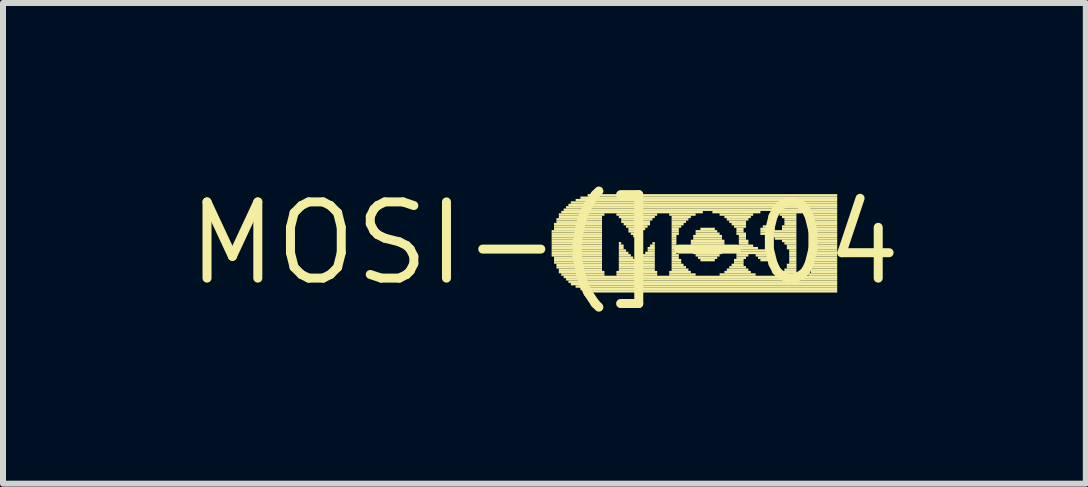
<source format=kicad_pcb>
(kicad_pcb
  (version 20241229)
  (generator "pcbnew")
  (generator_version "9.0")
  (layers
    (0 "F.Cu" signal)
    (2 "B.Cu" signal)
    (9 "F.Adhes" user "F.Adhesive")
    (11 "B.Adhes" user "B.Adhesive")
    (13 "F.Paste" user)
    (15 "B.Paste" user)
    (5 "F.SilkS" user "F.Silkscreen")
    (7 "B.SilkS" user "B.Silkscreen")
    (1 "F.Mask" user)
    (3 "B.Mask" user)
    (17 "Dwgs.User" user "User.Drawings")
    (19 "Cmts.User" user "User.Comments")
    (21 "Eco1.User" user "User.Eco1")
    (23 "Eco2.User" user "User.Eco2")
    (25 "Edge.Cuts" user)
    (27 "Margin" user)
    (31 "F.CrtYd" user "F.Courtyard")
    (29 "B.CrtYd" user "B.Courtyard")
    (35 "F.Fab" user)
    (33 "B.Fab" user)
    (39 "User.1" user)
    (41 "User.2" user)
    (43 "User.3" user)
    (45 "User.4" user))
  (footprint "MOSI-(]-04"
    (layer "F.Cu")
    (at 6.025 1.006)
    (property "Reference" "MOSI-(]-04" (at 0 0 0) (layer "F.SilkS") (effects (font (size 1.27 1.27) (thickness 0.15))))
    (fp_poly (pts (xy 0.12 -0.18) (xy 0.96 -0.18) (xy 0.96 -0.22) (xy 0.12 -0.22)) (stroke (width 0) (type default)) (fill yes) (layer "F.SilkS"))
    (fp_poly (pts (xy 0.12 -0.14) (xy 0.96 -0.14) (xy 0.96 -0.18) (xy 0.12 -0.18)) (stroke (width 0) (type default)) (fill yes) (layer "F.SilkS"))
    (fp_poly (pts (xy 0.12 -0.1) (xy 0.96 -0.1) (xy 0.96 -0.14) (xy 0.12 -0.14)) (stroke (width 0) (type default)) (fill yes) (layer "F.SilkS"))
    (fp_poly (pts (xy 0.12 -0.06) (xy 0.96 -0.06) (xy 0.96 -0.1) (xy 0.12 -0.1)) (stroke (width 0) (type default)) (fill yes) (layer "F.SilkS"))
    (fp_poly (pts (xy 0.12 -0.02) (xy 0.96 -0.02) (xy 0.96 -0.06) (xy 0.12 -0.06)) (stroke (width 0) (type default)) (fill yes) (layer "F.SilkS"))
    (fp_poly (pts (xy 0.12 0.02) (xy 0.96 0.02) (xy 0.96 -0.02) (xy 0.12 -0.02)) (stroke (width 0) (type default)) (fill yes) (layer "F.SilkS"))
    (fp_poly (pts (xy 0.12 0.06) (xy 0.96 0.06) (xy 0.96 0.02) (xy 0.12 0.02)) (stroke (width 0) (type default)) (fill yes) (layer "F.SilkS"))
    (fp_poly (pts (xy 0.12 0.1) (xy 0.96 0.1) (xy 0.96 0.06) (xy 0.12 0.06)) (stroke (width 0) (type default)) (fill yes) (layer "F.SilkS"))
    (fp_poly (pts (xy 0.12 0.14) (xy 0.96 0.14) (xy 0.96 0.1) (xy 0.12 0.1)) (stroke (width 0) (type default)) (fill yes) (layer "F.SilkS"))
    (fp_poly (pts (xy 0.12 0.18) (xy 0.96 0.18) (xy 0.96 0.14) (xy 0.12 0.14)) (stroke (width 0) (type default)) (fill yes) (layer "F.SilkS"))
    (fp_poly (pts (xy 0.12 0.22) (xy 0.96 0.22) (xy 0.96 0.18) (xy 0.12 0.18)) (stroke (width 0) (type default)) (fill yes) (layer "F.SilkS"))
    (fp_poly (pts (xy 0.16 -0.3) (xy 0.96 -0.3) (xy 0.96 -0.34) (xy 0.16 -0.34)) (stroke (width 0) (type default)) (fill yes) (layer "F.SilkS"))
    (fp_poly (pts (xy 0.16 -0.26) (xy 0.96 -0.26) (xy 0.96 -0.3) (xy 0.16 -0.3)) (stroke (width 0) (type default)) (fill yes) (layer "F.SilkS"))
    (fp_poly (pts (xy 0.16 -0.22) (xy 0.96 -0.22) (xy 0.96 -0.26) (xy 0.16 -0.26)) (stroke (width 0) (type default)) (fill yes) (layer "F.SilkS"))
    (fp_poly (pts (xy 0.16 0.26) (xy 0.96 0.26) (xy 0.96 0.22) (xy 0.16 0.22)) (stroke (width 0) (type default)) (fill yes) (layer "F.SilkS"))
    (fp_poly (pts (xy 0.16 0.3) (xy 0.96 0.3) (xy 0.96 0.26) (xy 0.16 0.26)) (stroke (width 0) (type default)) (fill yes) (layer "F.SilkS"))
    (fp_poly (pts (xy 0.16 0.34) (xy 0.96 0.34) (xy 0.96 0.3) (xy 0.16 0.3)) (stroke (width 0) (type default)) (fill yes) (layer "F.SilkS"))
    (fp_poly (pts (xy 0.2 -0.38) (xy 0.96 -0.38) (xy 0.96 -0.42) (xy 0.2 -0.42)) (stroke (width 0) (type default)) (fill yes) (layer "F.SilkS"))
    (fp_poly (pts (xy 0.2 -0.34) (xy 0.96 -0.34) (xy 0.96 -0.38) (xy 0.2 -0.38)) (stroke (width 0) (type default)) (fill yes) (layer "F.SilkS"))
    (fp_poly (pts (xy 0.2 0.38) (xy 0.96 0.38) (xy 0.96 0.34) (xy 0.2 0.34)) (stroke (width 0) (type default)) (fill yes) (layer "F.SilkS"))
    (fp_poly (pts (xy 0.2 0.42) (xy 0.96 0.42) (xy 0.96 0.38) (xy 0.2 0.38)) (stroke (width 0) (type default)) (fill yes) (layer "F.SilkS"))
    (fp_poly (pts (xy 0.24 -0.46) (xy 1 -0.46) (xy 1 -0.5) (xy 0.24 -0.5)) (stroke (width 0) (type default)) (fill yes) (layer "F.SilkS"))
    (fp_poly (pts (xy 0.24 -0.42) (xy 0.96 -0.42) (xy 0.96 -0.46) (xy 0.24 -0.46)) (stroke (width 0) (type default)) (fill yes) (layer "F.SilkS"))
    (fp_poly (pts (xy 0.24 0.46) (xy 0.96 0.46) (xy 0.96 0.42) (xy 0.24 0.42)) (stroke (width 0) (type default)) (fill yes) (layer "F.SilkS"))
    (fp_poly (pts (xy 0.24 0.5) (xy 1 0.5) (xy 1 0.46) (xy 0.24 0.46)) (stroke (width 0) (type default)) (fill yes) (layer "F.SilkS"))
    (fp_poly (pts (xy 0.28 -0.5) (xy 2.64 -0.5) (xy 2.64 -0.54) (xy 0.28 -0.54)) (stroke (width 0) (type default)) (fill yes) (layer "F.SilkS"))
    (fp_poly (pts (xy 0.28 0.54) (xy 1 0.54) (xy 1 0.5) (xy 0.28 0.5)) (stroke (width 0) (type default)) (fill yes) (layer "F.SilkS"))
    (fp_poly (pts (xy 0.32 -0.54) (xy 4.88 -0.54) (xy 4.88 -0.58) (xy 0.32 -0.58)) (stroke (width 0) (type default)) (fill yes) (layer "F.SilkS"))
    (fp_poly (pts (xy 0.32 0.58) (xy 4.88 0.58) (xy 4.88 0.54) (xy 0.32 0.54)) (stroke (width 0) (type default)) (fill yes) (layer "F.SilkS"))
    (fp_poly (pts (xy 0.36 -0.58) (xy 4.88 -0.58) (xy 4.88 -0.62) (xy 0.36 -0.62)) (stroke (width 0) (type default)) (fill yes) (layer "F.SilkS"))
    (fp_poly (pts (xy 0.36 0.62) (xy 4.88 0.62) (xy 4.88 0.58) (xy 0.36 0.58)) (stroke (width 0) (type default)) (fill yes) (layer "F.SilkS"))
    (fp_poly (pts (xy 0.4 -0.62) (xy 4.88 -0.62) (xy 4.88 -0.66) (xy 0.4 -0.66)) (stroke (width 0) (type default)) (fill yes) (layer "F.SilkS"))
    (fp_poly (pts (xy 0.4 0.66) (xy 4.88 0.66) (xy 4.88 0.62) (xy 0.4 0.62)) (stroke (width 0) (type default)) (fill yes) (layer "F.SilkS"))
    (fp_poly (pts (xy 0.44 -0.66) (xy 4.88 -0.66) (xy 4.88 -0.7) (xy 0.44 -0.7)) (stroke (width 0) (type default)) (fill yes) (layer "F.SilkS"))
    (fp_poly (pts (xy 0.44 0.7) (xy 4.88 0.7) (xy 4.88 0.66) (xy 0.44 0.66)) (stroke (width 0) (type default)) (fill yes) (layer "F.SilkS"))
    (fp_poly (pts (xy 0.52 -0.7) (xy 4.88 -0.7) (xy 4.88 -0.74) (xy 0.52 -0.74)) (stroke (width 0) (type default)) (fill yes) (layer "F.SilkS"))
    (fp_poly (pts (xy 0.52 0.74) (xy 4.88 0.74) (xy 4.88 0.7) (xy 0.52 0.7)) (stroke (width 0) (type default)) (fill yes) (layer "F.SilkS"))
    (fp_poly (pts (xy 0.6 -0.74) (xy 4.88 -0.74) (xy 4.88 -0.78) (xy 0.6 -0.78)) (stroke (width 0) (type default)) (fill yes) (layer "F.SilkS"))
    (fp_poly (pts (xy 0.6 0.78) (xy 4.88 0.78) (xy 4.88 0.74) (xy 0.6 0.74)) (stroke (width 0) (type default)) (fill yes) (layer "F.SilkS"))
    (fp_poly (pts (xy 0.72 -0.78) (xy 4.88 -0.78) (xy 4.88 -0.82) (xy 0.72 -0.82)) (stroke (width 0) (type default)) (fill yes) (layer "F.SilkS"))
    (fp_poly (pts (xy 0.72 0.82) (xy 4.88 0.82) (xy 4.88 0.78) (xy 0.72 0.78)) (stroke (width 0) (type default)) (fill yes) (layer "F.SilkS"))
    (fp_poly (pts (xy 1.2 -0.46) (xy 1.88 -0.46) (xy 1.88 -0.5) (xy 1.2 -0.5)) (stroke (width 0) (type default)) (fill yes) (layer "F.SilkS"))
    (fp_poly (pts (xy 1.2 0.5) (xy 1.88 0.5) (xy 1.88 0.46) (xy 1.2 0.46)) (stroke (width 0) (type default)) (fill yes) (layer "F.SilkS"))
    (fp_poly (pts (xy 1.2 0.54) (xy 1.88 0.54) (xy 1.88 0.5) (xy 1.2 0.5)) (stroke (width 0) (type default)) (fill yes) (layer "F.SilkS"))
    (fp_poly (pts (xy 1.24 -0.42) (xy 1.84 -0.42) (xy 1.84 -0.46) (xy 1.24 -0.46)) (stroke (width 0) (type default)) (fill yes) (layer "F.SilkS"))
    (fp_poly (pts (xy 1.24 0.02) (xy 1.28 0.02) (xy 1.28 -0.02) (xy 1.24 -0.02)) (stroke (width 0) (type default)) (fill yes) (layer "F.SilkS"))
    (fp_poly (pts (xy 1.24 0.06) (xy 1.32 0.06) (xy 1.32 0.02) (xy 1.24 0.02)) (stroke (width 0) (type default)) (fill yes) (layer "F.SilkS"))
    (fp_poly (pts (xy 1.24 0.1) (xy 1.32 0.1) (xy 1.32 0.06) (xy 1.24 0.06)) (stroke (width 0) (type default)) (fill yes) (layer "F.SilkS"))
    (fp_poly (pts (xy 1.24 0.14) (xy 1.36 0.14) (xy 1.36 0.1) (xy 1.24 0.1)) (stroke (width 0) (type default)) (fill yes) (layer "F.SilkS"))
    (fp_poly (pts (xy 1.24 0.18) (xy 1.4 0.18) (xy 1.4 0.14) (xy 1.24 0.14)) (stroke (width 0) (type default)) (fill yes) (layer "F.SilkS"))
    (fp_poly (pts (xy 1.24 0.22) (xy 1.44 0.22) (xy 1.44 0.18) (xy 1.24 0.18)) (stroke (width 0) (type default)) (fill yes) (layer "F.SilkS"))
    (fp_poly (pts (xy 1.24 0.26) (xy 1.48 0.26) (xy 1.48 0.22) (xy 1.24 0.22)) (stroke (width 0) (type default)) (fill yes) (layer "F.SilkS"))
    (fp_poly (pts (xy 1.24 0.3) (xy 1.84 0.3) (xy 1.84 0.26) (xy 1.24 0.26)) (stroke (width 0) (type default)) (fill yes) (layer "F.SilkS"))
    (fp_poly (pts (xy 1.24 0.34) (xy 1.84 0.34) (xy 1.84 0.3) (xy 1.24 0.3)) (stroke (width 0) (type default)) (fill yes) (layer "F.SilkS"))
    (fp_poly (pts (xy 1.24 0.38) (xy 1.84 0.38) (xy 1.84 0.34) (xy 1.24 0.34)) (stroke (width 0) (type default)) (fill yes) (layer "F.SilkS"))
    (fp_poly (pts (xy 1.24 0.42) (xy 1.84 0.42) (xy 1.84 0.38) (xy 1.24 0.38)) (stroke (width 0) (type default)) (fill yes) (layer "F.SilkS"))
    (fp_poly (pts (xy 1.24 0.46) (xy 1.84 0.46) (xy 1.84 0.42) (xy 1.24 0.42)) (stroke (width 0) (type default)) (fill yes) (layer "F.SilkS"))
    (fp_poly (pts (xy 1.28 -0.38) (xy 1.8 -0.38) (xy 1.8 -0.42) (xy 1.28 -0.42)) (stroke (width 0) (type default)) (fill yes) (layer "F.SilkS"))
    (fp_poly (pts (xy 1.28 -0.34) (xy 1.76 -0.34) (xy 1.76 -0.38) (xy 1.28 -0.38)) (stroke (width 0) (type default)) (fill yes) (layer "F.SilkS"))
    (fp_poly (pts (xy 1.32 -0.3) (xy 1.76 -0.3) (xy 1.76 -0.34) (xy 1.32 -0.34)) (stroke (width 0) (type default)) (fill yes) (layer "F.SilkS"))
    (fp_poly (pts (xy 1.36 -0.26) (xy 1.72 -0.26) (xy 1.72 -0.3) (xy 1.36 -0.3)) (stroke (width 0) (type default)) (fill yes) (layer "F.SilkS"))
    (fp_poly (pts (xy 1.4 -0.22) (xy 1.68 -0.22) (xy 1.68 -0.26) (xy 1.4 -0.26)) (stroke (width 0) (type default)) (fill yes) (layer "F.SilkS"))
    (fp_poly (pts (xy 1.4 -0.18) (xy 1.64 -0.18) (xy 1.64 -0.22) (xy 1.4 -0.22)) (stroke (width 0) (type default)) (fill yes) (layer "F.SilkS"))
    (fp_poly (pts (xy 1.44 -0.14) (xy 1.64 -0.14) (xy 1.64 -0.18) (xy 1.44 -0.18)) (stroke (width 0) (type default)) (fill yes) (layer "F.SilkS"))
    (fp_poly (pts (xy 1.48 -0.1) (xy 1.6 -0.1) (xy 1.6 -0.14) (xy 1.48 -0.14)) (stroke (width 0) (type default)) (fill yes) (layer "F.SilkS"))
    (fp_poly (pts (xy 1.52 -0.06) (xy 1.56 -0.06) (xy 1.56 -0.1) (xy 1.52 -0.1)) (stroke (width 0) (type default)) (fill yes) (layer "F.SilkS"))
    (fp_poly (pts (xy 1.6 0.26) (xy 1.84 0.26) (xy 1.84 0.22) (xy 1.6 0.22)) (stroke (width 0) (type default)) (fill yes) (layer "F.SilkS"))
    (fp_poly (pts (xy 1.64 0.22) (xy 1.84 0.22) (xy 1.84 0.18) (xy 1.64 0.18)) (stroke (width 0) (type default)) (fill yes) (layer "F.SilkS"))
    (fp_poly (pts (xy 1.68 0.18) (xy 1.84 0.18) (xy 1.84 0.14) (xy 1.68 0.14)) (stroke (width 0) (type default)) (fill yes) (layer "F.SilkS"))
    (fp_poly (pts (xy 1.72 0.1) (xy 1.84 0.1) (xy 1.84 0.06) (xy 1.72 0.06)) (stroke (width 0) (type default)) (fill yes) (layer "F.SilkS"))
    (fp_poly (pts (xy 1.72 0.14) (xy 1.84 0.14) (xy 1.84 0.1) (xy 1.72 0.1)) (stroke (width 0) (type default)) (fill yes) (layer "F.SilkS"))
    (fp_poly (pts (xy 1.76 0.06) (xy 1.84 0.06) (xy 1.84 0.02) (xy 1.76 0.02)) (stroke (width 0) (type default)) (fill yes) (layer "F.SilkS"))
    (fp_poly (pts (xy 1.8 0.02) (xy 1.84 0.02) (xy 1.84 -0.02) (xy 1.8 -0.02)) (stroke (width 0) (type default)) (fill yes) (layer "F.SilkS"))
    (fp_poly (pts (xy 2.08 -0.46) (xy 2.52 -0.46) (xy 2.52 -0.5) (xy 2.08 -0.5)) (stroke (width 0) (type default)) (fill yes) (layer "F.SilkS"))
    (fp_poly (pts (xy 2.08 0.5) (xy 2.44 0.5) (xy 2.44 0.46) (xy 2.08 0.46)) (stroke (width 0) (type default)) (fill yes) (layer "F.SilkS"))
    (fp_poly (pts (xy 2.08 0.54) (xy 2.52 0.54) (xy 2.52 0.5) (xy 2.08 0.5)) (stroke (width 0) (type default)) (fill yes) (layer "F.SilkS"))
    (fp_poly (pts (xy 2.12 -0.42) (xy 2.44 -0.42) (xy 2.44 -0.46) (xy 2.12 -0.46)) (stroke (width 0) (type default)) (fill yes) (layer "F.SilkS"))
    (fp_poly (pts (xy 2.12 -0.38) (xy 2.4 -0.38) (xy 2.4 -0.42) (xy 2.12 -0.42)) (stroke (width 0) (type default)) (fill yes) (layer "F.SilkS"))
    (fp_poly (pts (xy 2.12 -0.34) (xy 2.36 -0.34) (xy 2.36 -0.38) (xy 2.12 -0.38)) (stroke (width 0) (type default)) (fill yes) (layer "F.SilkS"))
    (fp_poly (pts (xy 2.12 -0.3) (xy 2.32 -0.3) (xy 2.32 -0.34) (xy 2.12 -0.34)) (stroke (width 0) (type default)) (fill yes) (layer "F.SilkS"))
    (fp_poly (pts (xy 2.12 -0.26) (xy 2.28 -0.26) (xy 2.28 -0.3) (xy 2.12 -0.3)) (stroke (width 0) (type default)) (fill yes) (layer "F.SilkS"))
    (fp_poly (pts (xy 2.12 -0.22) (xy 2.24 -0.22) (xy 2.24 -0.26) (xy 2.12 -0.26)) (stroke (width 0) (type default)) (fill yes) (layer "F.SilkS"))
    (fp_poly (pts (xy 2.12 -0.18) (xy 2.24 -0.18) (xy 2.24 -0.22) (xy 2.12 -0.22)) (stroke (width 0) (type default)) (fill yes) (layer "F.SilkS"))
    (fp_poly (pts (xy 2.12 -0.14) (xy 2.24 -0.14) (xy 2.24 -0.18) (xy 2.12 -0.18)) (stroke (width 0) (type default)) (fill yes) (layer "F.SilkS"))
    (fp_poly (pts (xy 2.12 -0.1) (xy 2.2 -0.1) (xy 2.2 -0.14) (xy 2.12 -0.14)) (stroke (width 0) (type default)) (fill yes) (layer "F.SilkS"))
    (fp_poly (pts (xy 2.12 -0.06) (xy 2.2 -0.06) (xy 2.2 -0.1) (xy 2.12 -0.1)) (stroke (width 0) (type default)) (fill yes) (layer "F.SilkS"))
    (fp_poly (pts (xy 2.12 -0.02) (xy 2.2 -0.02) (xy 2.2 -0.06) (xy 2.12 -0.06)) (stroke (width 0) (type default)) (fill yes) (layer "F.SilkS"))
    (fp_poly (pts (xy 2.12 0.02) (xy 2.2 0.02) (xy 2.2 -0.02) (xy 2.12 -0.02)) (stroke (width 0) (type default)) (fill yes) (layer "F.SilkS"))
    (fp_poly (pts (xy 2.12 0.06) (xy 2.2 0.06) (xy 2.2 0.02) (xy 2.12 0.02)) (stroke (width 0) (type default)) (fill yes) (layer "F.SilkS"))
    (fp_poly (pts (xy 2.12 0.1) (xy 2.2 0.1) (xy 2.2 0.06) (xy 2.12 0.06)) (stroke (width 0) (type default)) (fill yes) (layer "F.SilkS"))
    (fp_poly (pts (xy 2.12 0.14) (xy 2.2 0.14) (xy 2.2 0.1) (xy 2.12 0.1)) (stroke (width 0) (type default)) (fill yes) (layer "F.SilkS"))
    (fp_poly (pts (xy 2.12 0.18) (xy 2.2 0.18) (xy 2.2 0.14) (xy 2.12 0.14)) (stroke (width 0) (type default)) (fill yes) (layer "F.SilkS"))
    (fp_poly (pts (xy 2.12 0.22) (xy 2.24 0.22) (xy 2.24 0.18) (xy 2.12 0.18)) (stroke (width 0) (type default)) (fill yes) (layer "F.SilkS"))
    (fp_poly (pts (xy 2.12 0.26) (xy 2.24 0.26) (xy 2.24 0.22) (xy 2.12 0.22)) (stroke (width 0) (type default)) (fill yes) (layer "F.SilkS"))
    (fp_poly (pts (xy 2.12 0.3) (xy 2.28 0.3) (xy 2.28 0.26) (xy 2.12 0.26)) (stroke (width 0) (type default)) (fill yes) (layer "F.SilkS"))
    (fp_poly (pts (xy 2.12 0.34) (xy 2.28 0.34) (xy 2.28 0.3) (xy 2.12 0.3)) (stroke (width 0) (type default)) (fill yes) (layer "F.SilkS"))
    (fp_poly (pts (xy 2.12 0.38) (xy 2.32 0.38) (xy 2.32 0.34) (xy 2.12 0.34)) (stroke (width 0) (type default)) (fill yes) (layer "F.SilkS"))
    (fp_poly (pts (xy 2.12 0.42) (xy 2.36 0.42) (xy 2.36 0.38) (xy 2.12 0.38)) (stroke (width 0) (type default)) (fill yes) (layer "F.SilkS"))
    (fp_poly (pts (xy 2.12 0.46) (xy 2.4 0.46) (xy 2.4 0.42) (xy 2.12 0.42)) (stroke (width 0) (type default)) (fill yes) (layer "F.SilkS"))
    (fp_poly (pts (xy 2.44 -0.02) (xy 3 -0.02) (xy 3 -0.06) (xy 2.44 -0.06)) (stroke (width 0) (type default)) (fill yes) (layer "F.SilkS"))
    (fp_poly (pts (xy 2.44 0.02) (xy 3 0.02) (xy 3 -0.02) (xy 2.44 -0.02)) (stroke (width 0) (type default)) (fill yes) (layer "F.SilkS"))
    (fp_poly (pts (xy 2.44 0.06) (xy 3 0.06) (xy 3 0.02) (xy 2.44 0.02)) (stroke (width 0) (type default)) (fill yes) (layer "F.SilkS"))
    (fp_poly (pts (xy 2.44 0.1) (xy 3 0.1) (xy 3 0.06) (xy 2.44 0.06)) (stroke (width 0) (type default)) (fill yes) (layer "F.SilkS"))
    (fp_poly (pts (xy 2.48 -0.1) (xy 2.96 -0.1) (xy 2.96 -0.14) (xy 2.48 -0.14)) (stroke (width 0) (type default)) (fill yes) (layer "F.SilkS"))
    (fp_poly (pts (xy 2.48 -0.06) (xy 2.96 -0.06) (xy 2.96 -0.1) (xy 2.48 -0.1)) (stroke (width 0) (type default)) (fill yes) (layer "F.SilkS"))
    (fp_poly (pts (xy 2.48 0.14) (xy 2.96 0.14) (xy 2.96 0.1) (xy 2.48 0.1)) (stroke (width 0) (type default)) (fill yes) (layer "F.SilkS"))
    (fp_poly (pts (xy 2.48 0.18) (xy 2.96 0.18) (xy 2.96 0.14) (xy 2.48 0.14)) (stroke (width 0) (type default)) (fill yes) (layer "F.SilkS"))
    (fp_poly (pts (xy 2.52 -0.18) (xy 2.88 -0.18) (xy 2.88 -0.22) (xy 2.52 -0.22)) (stroke (width 0) (type default)) (fill yes) (layer "F.SilkS"))
    (fp_poly (pts (xy 2.52 -0.14) (xy 2.92 -0.14) (xy 2.92 -0.18) (xy 2.52 -0.18)) (stroke (width 0) (type default)) (fill yes) (layer "F.SilkS"))
    (fp_poly (pts (xy 2.52 0.22) (xy 2.92 0.22) (xy 2.92 0.18) (xy 2.52 0.18)) (stroke (width 0) (type default)) (fill yes) (layer "F.SilkS"))
    (fp_poly (pts (xy 2.56 0.26) (xy 2.88 0.26) (xy 2.88 0.22) (xy 2.56 0.22)) (stroke (width 0) (type default)) (fill yes) (layer "F.SilkS"))
    (fp_poly (pts (xy 2.6 -0.22) (xy 2.84 -0.22) (xy 2.84 -0.26) (xy 2.6 -0.26)) (stroke (width 0) (type default)) (fill yes) (layer "F.SilkS"))
    (fp_poly (pts (xy 2.6 0.3) (xy 2.84 0.3) (xy 2.84 0.26) (xy 2.6 0.26)) (stroke (width 0) (type default)) (fill yes) (layer "F.SilkS"))
    (fp_poly (pts (xy 2.8 -0.5) (xy 3.6 -0.5) (xy 3.6 -0.54) (xy 2.8 -0.54)) (stroke (width 0) (type default)) (fill yes) (layer "F.SilkS"))
    (fp_poly (pts (xy 2.92 -0.46) (xy 3.48 -0.46) (xy 3.48 -0.5) (xy 2.92 -0.5)) (stroke (width 0) (type default)) (fill yes) (layer "F.SilkS"))
    (fp_poly (pts (xy 2.92 0.54) (xy 3.52 0.54) (xy 3.52 0.5) (xy 2.92 0.5)) (stroke (width 0) (type default)) (fill yes) (layer "F.SilkS"))
    (fp_poly (pts (xy 3 -0.42) (xy 3.44 -0.42) (xy 3.44 -0.46) (xy 3 -0.46)) (stroke (width 0) (type default)) (fill yes) (layer "F.SilkS"))
    (fp_poly (pts (xy 3 0.5) (xy 3.44 0.5) (xy 3.44 0.46) (xy 3 0.46)) (stroke (width 0) (type default)) (fill yes) (layer "F.SilkS"))
    (fp_poly (pts (xy 3.04 -0.38) (xy 3.4 -0.38) (xy 3.4 -0.42) (xy 3.04 -0.42)) (stroke (width 0) (type default)) (fill yes) (layer "F.SilkS"))
    (fp_poly (pts (xy 3.04 0.46) (xy 3.4 0.46) (xy 3.4 0.42) (xy 3.04 0.42)) (stroke (width 0) (type default)) (fill yes) (layer "F.SilkS"))
    (fp_poly (pts (xy 3.08 -0.34) (xy 3.36 -0.34) (xy 3.36 -0.38) (xy 3.08 -0.38)) (stroke (width 0) (type default)) (fill yes) (layer "F.SilkS"))
    (fp_poly (pts (xy 3.08 0.42) (xy 3.36 0.42) (xy 3.36 0.38) (xy 3.08 0.38)) (stroke (width 0) (type default)) (fill yes) (layer "F.SilkS"))
    (fp_poly (pts (xy 3.12 -0.3) (xy 3.36 -0.3) (xy 3.36 -0.34) (xy 3.12 -0.34)) (stroke (width 0) (type default)) (fill yes) (layer "F.SilkS"))
    (fp_poly (pts (xy 3.12 0.38) (xy 3.32 0.38) (xy 3.32 0.34) (xy 3.12 0.34)) (stroke (width 0) (type default)) (fill yes) (layer "F.SilkS"))
    (fp_poly (pts (xy 3.16 -0.26) (xy 3.36 -0.26) (xy 3.36 -0.3) (xy 3.16 -0.3)) (stroke (width 0) (type default)) (fill yes) (layer "F.SilkS"))
    (fp_poly (pts (xy 3.16 0.3) (xy 3.32 0.3) (xy 3.32 0.26) (xy 3.16 0.26)) (stroke (width 0) (type default)) (fill yes) (layer "F.SilkS"))
    (fp_poly (pts (xy 3.16 0.34) (xy 3.32 0.34) (xy 3.32 0.3) (xy 3.16 0.3)) (stroke (width 0) (type default)) (fill yes) (layer "F.SilkS"))
    (fp_poly (pts (xy 3.2 -0.22) (xy 3.32 -0.22) (xy 3.32 -0.26) (xy 3.2 -0.26)) (stroke (width 0) (type default)) (fill yes) (layer "F.SilkS"))
    (fp_poly (pts (xy 3.2 -0.18) (xy 3.32 -0.18) (xy 3.32 -0.22) (xy 3.2 -0.22)) (stroke (width 0) (type default)) (fill yes) (layer "F.SilkS"))
    (fp_poly (pts (xy 3.2 -0.14) (xy 3.36 -0.14) (xy 3.36 -0.18) (xy 3.2 -0.18)) (stroke (width 0) (type default)) (fill yes) (layer "F.SilkS"))
    (fp_poly (pts (xy 3.2 0.18) (xy 3.8 0.18) (xy 3.8 0.14) (xy 3.2 0.14)) (stroke (width 0) (type default)) (fill yes) (layer "F.SilkS"))
    (fp_poly (pts (xy 3.2 0.22) (xy 3.4 0.22) (xy 3.4 0.18) (xy 3.2 0.18)) (stroke (width 0) (type default)) (fill yes) (layer "F.SilkS"))
    (fp_poly (pts (xy 3.2 0.26) (xy 3.36 0.26) (xy 3.36 0.22) (xy 3.2 0.22)) (stroke (width 0) (type default)) (fill yes) (layer "F.SilkS"))
    (fp_poly (pts (xy 3.24 -0.1) (xy 3.36 -0.1) (xy 3.36 -0.14) (xy 3.24 -0.14)) (stroke (width 0) (type default)) (fill yes) (layer "F.SilkS"))
    (fp_poly (pts (xy 3.24 -0.06) (xy 3.36 -0.06) (xy 3.36 -0.1) (xy 3.24 -0.1)) (stroke (width 0) (type default)) (fill yes) (layer "F.SilkS"))
    (fp_poly (pts (xy 3.24 -0.02) (xy 3.4 -0.02) (xy 3.4 -0.06) (xy 3.24 -0.06)) (stroke (width 0) (type default)) (fill yes) (layer "F.SilkS"))
    (fp_poly (pts (xy 3.24 0.02) (xy 3.4 0.02) (xy 3.4 -0.02) (xy 3.24 -0.02)) (stroke (width 0) (type default)) (fill yes) (layer "F.SilkS"))
    (fp_poly (pts (xy 3.24 0.06) (xy 3.48 0.06) (xy 3.48 0.02) (xy 3.24 0.02)) (stroke (width 0) (type default)) (fill yes) (layer "F.SilkS"))
    (fp_poly (pts (xy 3.24 0.1) (xy 3.56 0.1) (xy 3.56 0.06) (xy 3.24 0.06)) (stroke (width 0) (type default)) (fill yes) (layer "F.SilkS"))
    (fp_poly (pts (xy 3.24 0.14) (xy 3.72 0.14) (xy 3.72 0.1) (xy 3.24 0.1)) (stroke (width 0) (type default)) (fill yes) (layer "F.SilkS"))
    (fp_poly (pts (xy 3.52 0.22) (xy 3.84 0.22) (xy 3.84 0.18) (xy 3.52 0.18)) (stroke (width 0) (type default)) (fill yes) (layer "F.SilkS"))
    (fp_poly (pts (xy 3.56 0.26) (xy 3.84 0.26) (xy 3.84 0.22) (xy 3.56 0.22)) (stroke (width 0) (type default)) (fill yes) (layer "F.SilkS"))
    (fp_poly (pts (xy 3.6 -0.22) (xy 3.84 -0.22) (xy 3.84 -0.26) (xy 3.6 -0.26)) (stroke (width 0) (type default)) (fill yes) (layer "F.SilkS"))
    (fp_poly (pts (xy 3.6 -0.18) (xy 4.2 -0.18) (xy 4.2 -0.22) (xy 3.6 -0.22)) (stroke (width 0) (type default)) (fill yes) (layer "F.SilkS"))
    (fp_poly (pts (xy 3.6 -0.14) (xy 4.2 -0.14) (xy 4.2 -0.18) (xy 3.6 -0.18)) (stroke (width 0) (type default)) (fill yes) (layer "F.SilkS"))
    (fp_poly (pts (xy 3.6 0.3) (xy 3.8 0.3) (xy 3.8 0.26) (xy 3.6 0.26)) (stroke (width 0) (type default)) (fill yes) (layer "F.SilkS"))
    (fp_poly (pts (xy 3.64 -0.26) (xy 3.76 -0.26) (xy 3.76 -0.3) (xy 3.64 -0.3)) (stroke (width 0) (type default)) (fill yes) (layer "F.SilkS"))
    (fp_poly (pts (xy 3.68 -0.1) (xy 4.2 -0.1) (xy 4.2 -0.14) (xy 3.68 -0.14)) (stroke (width 0) (type default)) (fill yes) (layer "F.SilkS"))
    (fp_poly (pts (xy 3.8 -0.5) (xy 4.88 -0.5) (xy 4.88 -0.54) (xy 3.8 -0.54)) (stroke (width 0) (type default)) (fill yes) (layer "F.SilkS"))
    (fp_poly (pts (xy 3.84 -0.06) (xy 4.2 -0.06) (xy 4.2 -0.1) (xy 3.84 -0.1)) (stroke (width 0) (type default)) (fill yes) (layer "F.SilkS"))
    (fp_poly (pts (xy 3.88 0.54) (xy 4.2 0.54) (xy 4.2 0.5) (xy 3.88 0.5)) (stroke (width 0) (type default)) (fill yes) (layer "F.SilkS"))
    (fp_poly (pts (xy 3.92 -0.46) (xy 4.2 -0.46) (xy 4.2 -0.5) (xy 3.92 -0.5)) (stroke (width 0) (type default)) (fill yes) (layer "F.SilkS"))
    (fp_poly (pts (xy 3.96 -0.42) (xy 4.2 -0.42) (xy 4.2 -0.46) (xy 3.96 -0.46)) (stroke (width 0) (type default)) (fill yes) (layer "F.SilkS"))
    (fp_poly (pts (xy 3.96 -0.26) (xy 4.2 -0.26) (xy 4.2 -0.3) (xy 3.96 -0.3)) (stroke (width 0) (type default)) (fill yes) (layer "F.SilkS"))
    (fp_poly (pts (xy 3.96 -0.22) (xy 4.2 -0.22) (xy 4.2 -0.26) (xy 3.96 -0.26)) (stroke (width 0) (type default)) (fill yes) (layer "F.SilkS"))
    (fp_poly (pts (xy 3.96 -0.02) (xy 4.2 -0.02) (xy 4.2 -0.06) (xy 3.96 -0.06)) (stroke (width 0) (type default)) (fill yes) (layer "F.SilkS"))
    (fp_poly (pts (xy 3.96 0.5) (xy 4.2 0.5) (xy 4.2 0.46) (xy 3.96 0.46)) (stroke (width 0) (type default)) (fill yes) (layer "F.SilkS"))
    (fp_poly (pts (xy 4 -0.38) (xy 4.2 -0.38) (xy 4.2 -0.42) (xy 4 -0.42)) (stroke (width 0) (type default)) (fill yes) (layer "F.SilkS"))
    (fp_poly (pts (xy 4 -0.34) (xy 4.2 -0.34) (xy 4.2 -0.38) (xy 4 -0.38)) (stroke (width 0) (type default)) (fill yes) (layer "F.SilkS"))
    (fp_poly (pts (xy 4 -0.3) (xy 4.2 -0.3) (xy 4.2 -0.34) (xy 4 -0.34)) (stroke (width 0) (type default)) (fill yes) (layer "F.SilkS"))
    (fp_poly (pts (xy 4 0.02) (xy 4.2 0.02) (xy 4.2 -0.02) (xy 4 -0.02)) (stroke (width 0) (type default)) (fill yes) (layer "F.SilkS"))
    (fp_poly (pts (xy 4 0.46) (xy 4.2 0.46) (xy 4.2 0.42) (xy 4 0.42)) (stroke (width 0) (type default)) (fill yes) (layer "F.SilkS"))
    (fp_poly (pts (xy 4.04 0.06) (xy 4.2 0.06) (xy 4.2 0.02) (xy 4.04 0.02)) (stroke (width 0) (type default)) (fill yes) (layer "F.SilkS"))
    (fp_poly (pts (xy 4.04 0.1) (xy 4.2 0.1) (xy 4.2 0.06) (xy 4.04 0.06)) (stroke (width 0) (type default)) (fill yes) (layer "F.SilkS"))
    (fp_poly (pts (xy 4.04 0.38) (xy 4.2 0.38) (xy 4.2 0.34) (xy 4.04 0.34)) (stroke (width 0) (type default)) (fill yes) (layer "F.SilkS"))
    (fp_poly (pts (xy 4.04 0.42) (xy 4.2 0.42) (xy 4.2 0.38) (xy 4.04 0.38)) (stroke (width 0) (type default)) (fill yes) (layer "F.SilkS"))
    (fp_poly (pts (xy 4.08 0.14) (xy 4.2 0.14) (xy 4.2 0.1) (xy 4.08 0.1)) (stroke (width 0) (type default)) (fill yes) (layer "F.SilkS"))
    (fp_poly (pts (xy 4.08 0.18) (xy 4.2 0.18) (xy 4.2 0.14) (xy 4.08 0.14)) (stroke (width 0) (type default)) (fill yes) (layer "F.SilkS"))
    (fp_poly (pts (xy 4.08 0.22) (xy 4.2 0.22) (xy 4.2 0.18) (xy 4.08 0.18)) (stroke (width 0) (type default)) (fill yes) (layer "F.SilkS"))
    (fp_poly (pts (xy 4.08 0.26) (xy 4.2 0.26) (xy 4.2 0.22) (xy 4.08 0.22)) (stroke (width 0) (type default)) (fill yes) (layer "F.SilkS"))
    (fp_poly (pts (xy 4.08 0.3) (xy 4.2 0.3) (xy 4.2 0.26) (xy 4.08 0.26)) (stroke (width 0) (type default)) (fill yes) (layer "F.SilkS"))
    (fp_poly (pts (xy 4.08 0.34) (xy 4.2 0.34) (xy 4.2 0.3) (xy 4.08 0.3)) (stroke (width 0) (type default)) (fill yes) (layer "F.SilkS"))
    (fp_poly (pts (xy 4.4 -0.46) (xy 4.88 -0.46) (xy 4.88 -0.5) (xy 4.4 -0.5)) (stroke (width 0) (type default)) (fill yes) (layer "F.SilkS"))
    (fp_poly (pts (xy 4.4 0.54) (xy 4.88 0.54) (xy 4.88 0.5) (xy 4.4 0.5)) (stroke (width 0) (type default)) (fill yes) (layer "F.SilkS"))
    (fp_poly (pts (xy 4.44 -0.42) (xy 4.88 -0.42) (xy 4.88 -0.46) (xy 4.44 -0.46)) (stroke (width 0) (type default)) (fill yes) (layer "F.SilkS"))
    (fp_poly (pts (xy 4.44 -0.38) (xy 4.88 -0.38) (xy 4.88 -0.42) (xy 4.44 -0.42)) (stroke (width 0) (type default)) (fill yes) (layer "F.SilkS"))
    (fp_poly (pts (xy 4.44 -0.34) (xy 4.88 -0.34) (xy 4.88 -0.38) (xy 4.44 -0.38)) (stroke (width 0) (type default)) (fill yes) (layer "F.SilkS"))
    (fp_poly (pts (xy 4.44 -0.3) (xy 4.88 -0.3) (xy 4.88 -0.34) (xy 4.44 -0.34)) (stroke (width 0) (type default)) (fill yes) (layer "F.SilkS"))
    (fp_poly (pts (xy 4.44 -0.26) (xy 4.88 -0.26) (xy 4.88 -0.3) (xy 4.44 -0.3)) (stroke (width 0) (type default)) (fill yes) (layer "F.SilkS"))
    (fp_poly (pts (xy 4.44 -0.22) (xy 4.88 -0.22) (xy 4.88 -0.26) (xy 4.44 -0.26)) (stroke (width 0) (type default)) (fill yes) (layer "F.SilkS"))
    (fp_poly (pts (xy 4.44 -0.18) (xy 4.88 -0.18) (xy 4.88 -0.22) (xy 4.44 -0.22)) (stroke (width 0) (type default)) (fill yes) (layer "F.SilkS"))
    (fp_poly (pts (xy 4.44 -0.14) (xy 4.88 -0.14) (xy 4.88 -0.18) (xy 4.44 -0.18)) (stroke (width 0) (type default)) (fill yes) (layer "F.SilkS"))
    (fp_poly (pts (xy 4.44 -0.1) (xy 4.88 -0.1) (xy 4.88 -0.14) (xy 4.44 -0.14)) (stroke (width 0) (type default)) (fill yes) (layer "F.SilkS"))
    (fp_poly (pts (xy 4.44 -0.06) (xy 4.88 -0.06) (xy 4.88 -0.1) (xy 4.44 -0.1)) (stroke (width 0) (type default)) (fill yes) (layer "F.SilkS"))
    (fp_poly (pts (xy 4.44 -0.02) (xy 4.88 -0.02) (xy 4.88 -0.06) (xy 4.44 -0.06)) (stroke (width 0) (type default)) (fill yes) (layer "F.SilkS"))
    (fp_poly (pts (xy 4.44 0.02) (xy 4.88 0.02) (xy 4.88 -0.02) (xy 4.44 -0.02)) (stroke (width 0) (type default)) (fill yes) (layer "F.SilkS"))
    (fp_poly (pts (xy 4.44 0.06) (xy 4.88 0.06) (xy 4.88 0.02) (xy 4.44 0.02)) (stroke (width 0) (type default)) (fill yes) (layer "F.SilkS"))
    (fp_poly (pts (xy 4.44 0.1) (xy 4.88 0.1) (xy 4.88 0.06) (xy 4.44 0.06)) (stroke (width 0) (type default)) (fill yes) (layer "F.SilkS"))
    (fp_poly (pts (xy 4.44 0.14) (xy 4.88 0.14) (xy 4.88 0.1) (xy 4.44 0.1)) (stroke (width 0) (type default)) (fill yes) (layer "F.SilkS"))
    (fp_poly (pts (xy 4.44 0.18) (xy 4.88 0.18) (xy 4.88 0.14) (xy 4.44 0.14)) (stroke (width 0) (type default)) (fill yes) (layer "F.SilkS"))
    (fp_poly (pts (xy 4.44 0.22) (xy 4.88 0.22) (xy 4.88 0.18) (xy 4.44 0.18)) (stroke (width 0) (type default)) (fill yes) (layer "F.SilkS"))
    (fp_poly (pts (xy 4.44 0.26) (xy 4.88 0.26) (xy 4.88 0.22) (xy 4.44 0.22)) (stroke (width 0) (type default)) (fill yes) (layer "F.SilkS"))
    (fp_poly (pts (xy 4.44 0.3) (xy 4.88 0.3) (xy 4.88 0.26) (xy 4.44 0.26)) (stroke (width 0) (type default)) (fill yes) (layer "F.SilkS"))
    (fp_poly (pts (xy 4.44 0.34) (xy 4.88 0.34) (xy 4.88 0.3) (xy 4.44 0.3)) (stroke (width 0) (type default)) (fill yes) (layer "F.SilkS"))
    (fp_poly (pts (xy 4.44 0.38) (xy 4.88 0.38) (xy 4.88 0.34) (xy 4.44 0.34)) (stroke (width 0) (type default)) (fill yes) (layer "F.SilkS"))
    (fp_poly (pts (xy 4.44 0.42) (xy 4.88 0.42) (xy 4.88 0.38) (xy 4.44 0.38)) (stroke (width 0) (type default)) (fill yes) (layer "F.SilkS"))
    (fp_poly (pts (xy 4.44 0.46) (xy 4.88 0.46) (xy 4.88 0.42) (xy 4.44 0.42)) (stroke (width 0) (type default)) (fill yes) (layer "F.SilkS"))
    (fp_poly (pts (xy 4.44 0.5) (xy 4.88 0.5) (xy 4.88 0.46) (xy 4.44 0.46)) (stroke (width 0) (type default)) (fill yes) (layer "F.SilkS")))
  (gr_rect
    (start -3 -3)
    (end 15.049 5.012)
    (stroke (width 0.1) (type default))
    (fill no)
    (layer "Edge.Cuts")))
</source>
